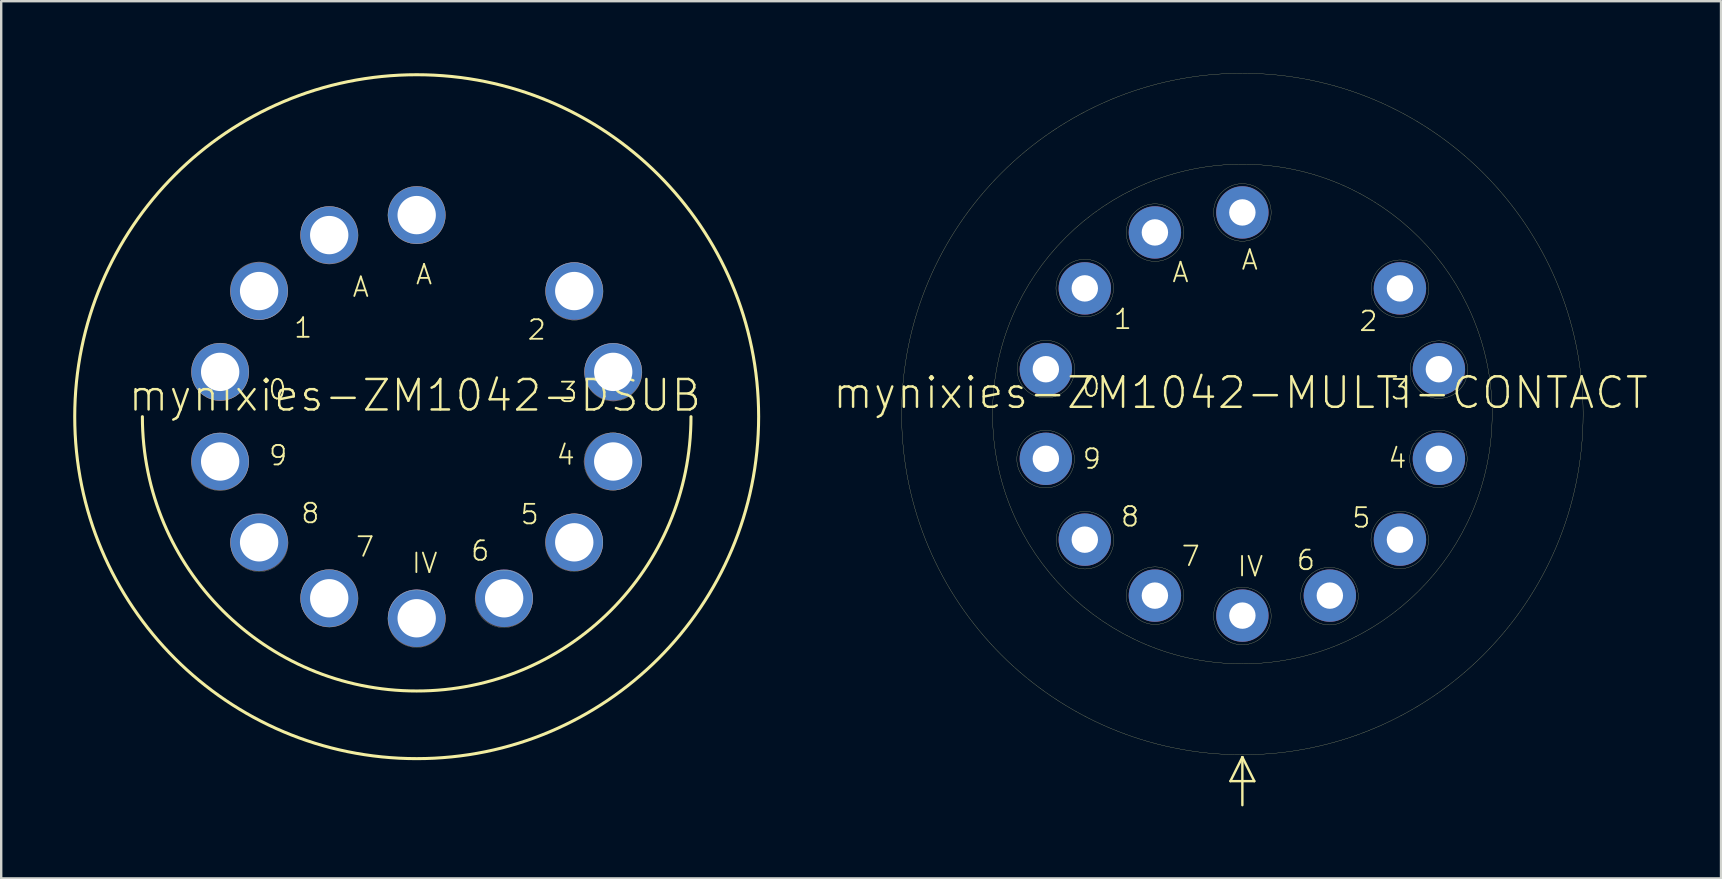
<source format=kicad_pcb>
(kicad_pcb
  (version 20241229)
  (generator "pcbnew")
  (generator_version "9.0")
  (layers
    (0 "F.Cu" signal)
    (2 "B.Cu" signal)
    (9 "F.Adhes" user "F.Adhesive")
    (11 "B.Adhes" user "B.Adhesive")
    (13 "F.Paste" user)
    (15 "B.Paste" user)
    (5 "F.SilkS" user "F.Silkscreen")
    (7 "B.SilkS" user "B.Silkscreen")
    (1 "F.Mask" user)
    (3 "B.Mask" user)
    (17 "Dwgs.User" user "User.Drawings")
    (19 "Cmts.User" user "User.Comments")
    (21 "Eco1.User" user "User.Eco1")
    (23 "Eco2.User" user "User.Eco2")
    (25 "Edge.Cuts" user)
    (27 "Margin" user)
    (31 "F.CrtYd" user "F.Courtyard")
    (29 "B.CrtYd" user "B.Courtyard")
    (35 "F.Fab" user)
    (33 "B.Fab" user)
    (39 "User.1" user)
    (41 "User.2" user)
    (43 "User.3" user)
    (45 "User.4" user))
  (footprint "mynixies-ZM1042-DSUB"
    (layer "F.Cu")
    (at 14.313 14.313)
    (property "Reference" "mynixies-ZM1042-DSUB" (at -0.074 -0.884 0) (layer "F.SilkS") (effects (font (size 1.27 1.27) (thickness 0.102))))
    (attr exclude_from_pos_files exclude_from_bom)
    (fp_arc (start 11.43 0) (mid 0 11.43) (end -11.43 0) (stroke (width 0.127) (type solid)) (layer "F.SilkS"))
    (fp_circle (center -8.199 1.88) (end -8.199 0.681) (stroke (width 0.008) (type solid)) (fill no) (layer "F.SilkS"))
    (fp_circle (center -8.189 -1.869) (end -8.189 -3.068) (stroke (width 0.008) (type solid)) (fill no) (layer "F.SilkS"))
    (fp_circle (center -6.568 -5.248) (end -6.568 -6.447) (stroke (width 0.008) (type solid)) (fill no) (layer "F.SilkS"))
    (fp_circle (center -6.558 5.258) (end -6.558 4.059) (stroke (width 0.008) (type solid)) (fill no) (layer "F.SilkS"))
    (fp_circle (center -3.64 -7.559) (end -3.64 -8.758) (stroke (width 0.008) (type solid)) (fill no) (layer "F.SilkS"))
    (fp_circle (center -3.64 7.569) (end -3.64 6.37) (stroke (width 0.008) (type solid)) (fill no) (layer "F.SilkS"))
    (fp_circle (center 0 -8.4) (end 0 -9.599) (stroke (width 0.008) (type solid)) (fill no) (layer "F.SilkS"))
    (fp_circle (center 0 0) (end 0 -14.249) (stroke (width 0.127) (type solid)) (fill no) (layer "F.SilkS"))
    (fp_circle (center 0 8.418) (end 0 7.219) (stroke (width 0.008) (type solid)) (fill no) (layer "F.SilkS"))
    (fp_circle (center 3.63 7.59) (end 3.63 6.391) (stroke (width 0.008) (type solid)) (fill no) (layer "F.SilkS"))
    (fp_circle (center 6.558 5.248) (end 6.558 4.049) (stroke (width 0.008) (type solid)) (fill no) (layer "F.SilkS"))
    (fp_circle (center 6.568 -5.22) (end 6.568 -6.419) (stroke (width 0.008) (type solid)) (fill no) (layer "F.SilkS"))
    (fp_circle (center 8.169 1.869) (end 8.169 0.671) (stroke (width 0.008) (type solid)) (fill no) (layer "F.SilkS"))
    (fp_circle (center 8.189 -1.849) (end 8.189 -3.048) (stroke (width 0.008) (type solid)) (fill no) (layer "F.SilkS"))
    (fp_text user "7" (at -2.151 5.423 0) (layer "F.SilkS") (effects (font (size 0.813 0.813) (thickness 0.076))))
    (fp_text user "IV" (at 0.335 6.104 0) (layer "F.SilkS") (effects (font (size 0.813 0.813) (thickness 0.076))))
    (fp_text user "5" (at 4.709 4.072 0) (layer "F.SilkS") (effects (font (size 0.813 0.813) (thickness 0.076))))
    (fp_text user "8" (at -4.432 4.028 0) (layer "F.SilkS") (effects (font (size 0.813 0.813) (thickness 0.076))))
    (fp_text user "3" (at 6.322 -1.019 0) (layer "F.SilkS") (effects (font (size 0.813 0.813) (thickness 0.076))))
    (fp_text user "9" (at -5.773 1.618 0) (layer "F.SilkS") (effects (font (size 0.813 0.813) (thickness 0.076))))
    (fp_text user "A" (at 0.307 -5.923 0) (layer "F.SilkS") (effects (font (size 0.813 0.813) (thickness 0.076))))
    (fp_text user "2" (at 5.004 -3.619 0) (layer "F.SilkS") (effects (font (size 0.813 0.813) (thickness 0.076))))
    (fp_text user "4" (at 6.21 1.593 0) (layer "F.SilkS") (effects (font (size 0.813 0.813) (thickness 0.076))))
    (fp_text user "6" (at 2.647 5.591 0) (layer "F.SilkS") (effects (font (size 0.813 0.813) (thickness 0.076))))
    (fp_text user "1" (at -4.732 -3.701 0) (layer "F.SilkS") (effects (font (size 0.813 0.813) (thickness 0.076))))
    (fp_text user "A" (at -2.329 -5.403 0) (layer "F.SilkS") (effects (font (size 0.813 0.813) (thickness 0.076))))
    (fp_text user "0" (at -5.801 -1.13 0) (layer "F.SilkS") (effects (font (size 0.813 0.813) (thickness 0.076))))
    (pad "0" thru_hole circle (at -8.189 -1.867) (size 2.398 2.398) (drill 1.598) (layers "*.Cu" "*.Mask"))
    (pad "1" thru_hole circle (at -6.566 -5.235) (size 2.398 2.398) (drill 1.598) (layers "*.Cu" "*.Mask"))
    (pad "2" thru_hole circle (at 6.566 -5.235) (size 2.398 2.398) (drill 1.598) (layers "*.Cu" "*.Mask"))
    (pad "3" thru_hole circle (at 8.189 -1.867) (size 2.398 2.398) (drill 1.598) (layers "*.Cu" "*.Mask"))
    (pad "4" thru_hole circle (at 8.189 1.867) (size 2.398 2.398) (drill 1.598) (layers "*.Cu" "*.Mask"))
    (pad "5" thru_hole circle (at 6.566 5.235) (size 2.398 2.398) (drill 1.598) (layers "*.Cu" "*.Mask"))
    (pad "6" thru_hole circle (at 3.645 7.567) (size 2.398 2.398) (drill 1.598) (layers "*.Cu" "*.Mask"))
    (pad "7" thru_hole circle (at -3.645 7.567) (size 2.398 2.398) (drill 1.598) (layers "*.Cu" "*.Mask"))
    (pad "8" thru_hole circle (at -6.566 5.235) (size 2.398 2.398) (drill 1.598) (layers "*.Cu" "*.Mask"))
    (pad "9" thru_hole circle (at -8.189 1.867) (size 2.398 2.398) (drill 1.598) (layers "*.Cu" "*.Mask"))
    (pad "A" thru_hole circle (at 0 -8.4) (size 2.398 2.398) (drill 1.598) (layers "*.Cu" "*.Mask"))
    (pad "A1" thru_hole circle (at -3.645 -7.567) (size 2.398 2.398) (drill 1.598) (layers "*.Cu" "*.Mask"))
    (pad "IV" thru_hole circle (at 0 8.4) (size 2.398 2.398) (drill 1.598) (layers "*.Cu" "*.Mask")))
  (footprint "mynixies-ZM1042-MULTI-CONTACT"
    (layer "F.Cu")
    (at 48.719 14.202)
    (property "Reference" "mynixies-ZM1042-MULTI-CONTACT" (at -0.074 -0.884 0) (layer "F.SilkS") (effects (font (size 1.27 1.27) (thickness 0.102))))
    (attr exclude_from_pos_files exclude_from_bom)
    (fp_line (start -0.498 15.298) (end 0.498 15.298) (stroke (width 0.1) (type solid)) (layer "F.SilkS"))
    (fp_line (start 0 14.298) (end -0.498 15.298) (stroke (width 0.1) (type solid)) (layer "F.SilkS"))
    (fp_line (start 0 14.298) (end 0 16.299) (stroke (width 0.1) (type solid)) (layer "F.SilkS"))
    (fp_line (start 0.498 15.298) (end 0 14.298) (stroke (width 0.1) (type solid)) (layer "F.SilkS"))
    (fp_circle (center -8.199 1.88) (end -8.199 0.681) (stroke (width 0.008) (type solid)) (fill no) (layer "F.SilkS"))
    (fp_circle (center -8.189 -1.869) (end -8.189 -3.068) (stroke (width 0.008) (type solid)) (fill no) (layer "F.SilkS"))
    (fp_circle (center -6.568 -5.248) (end -6.568 -6.447) (stroke (width 0.008) (type solid)) (fill no) (layer "F.SilkS"))
    (fp_circle (center -6.558 5.258) (end -6.558 4.059) (stroke (width 0.008) (type solid)) (fill no) (layer "F.SilkS"))
    (fp_circle (center -3.64 -7.559) (end -3.64 -8.758) (stroke (width 0.008) (type solid)) (fill no) (layer "F.SilkS"))
    (fp_circle (center -3.64 7.569) (end -3.64 6.37) (stroke (width 0.008) (type solid)) (fill no) (layer "F.SilkS"))
    (fp_circle (center 0 -8.4) (end 0 -9.599) (stroke (width 0.008) (type solid)) (fill no) (layer "F.SilkS"))
    (fp_circle (center 0 0) (end 0 -14.199) (stroke (width 0.008) (type solid)) (fill no) (layer "F.SilkS"))
    (fp_circle (center 0 0) (end 0 -10.409) (stroke (width 0.008) (type solid)) (fill no) (layer "F.SilkS"))
    (fp_circle (center 0 8.418) (end 0 7.219) (stroke (width 0.008) (type solid)) (fill no) (layer "F.SilkS"))
    (fp_circle (center 3.63 7.59) (end 3.63 6.391) (stroke (width 0.008) (type solid)) (fill no) (layer "F.SilkS"))
    (fp_circle (center 6.558 5.248) (end 6.558 4.049) (stroke (width 0.008) (type solid)) (fill no) (layer "F.SilkS"))
    (fp_circle (center 6.568 -5.22) (end 6.568 -6.419) (stroke (width 0.008) (type solid)) (fill no) (layer "F.SilkS"))
    (fp_circle (center 8.169 1.869) (end 8.169 0.671) (stroke (width 0.008) (type solid)) (fill no) (layer "F.SilkS"))
    (fp_circle (center 8.189 -1.849) (end 8.189 -3.048) (stroke (width 0.008) (type solid)) (fill no) (layer "F.SilkS"))
    (fp_text user "1" (at -4.983 -3.952 0) (layer "F.SilkS") (effects (font (size 0.813 0.813) (thickness 0.076))))
    (fp_text user "2" (at 5.253 -3.868 0) (layer "F.SilkS") (effects (font (size 0.813 0.813) (thickness 0.076))))
    (fp_text user "3" (at 6.574 -1.019 0) (layer "F.SilkS") (effects (font (size 0.813 0.813) (thickness 0.076))))
    (fp_text user "8" (at -4.681 4.277 0) (layer "F.SilkS") (effects (font (size 0.813 0.813) (thickness 0.076))))
    (fp_text user "6" (at 2.647 6.091 0) (layer "F.SilkS") (effects (font (size 0.813 0.813) (thickness 0.076))))
    (fp_text user "A" (at 0.307 -6.424 0) (layer "F.SilkS") (effects (font (size 0.813 0.813) (thickness 0.076))))
    (fp_text user "5" (at 4.958 4.323 0) (layer "F.SilkS") (effects (font (size 0.813 0.813) (thickness 0.076))))
    (fp_text user "7" (at -2.151 5.923 0) (layer "F.SilkS") (effects (font (size 0.813 0.813) (thickness 0.076))))
    (fp_text user "A" (at -2.578 -5.903 0) (layer "F.SilkS") (effects (font (size 0.813 0.813) (thickness 0.076))))
    (fp_text user "4" (at 6.459 1.841 0) (layer "F.SilkS") (effects (font (size 0.813 0.813) (thickness 0.076))))
    (fp_text user "0" (at -6.302 -1.13 0) (layer "F.SilkS") (effects (font (size 0.813 0.813) (thickness 0.076))))
    (fp_text user "IV" (at 0.335 6.353 0) (layer "F.SilkS") (effects (font (size 0.813 0.813) (thickness 0.076))))
    (fp_text user "9" (at -6.271 1.869 0) (layer "F.SilkS") (effects (font (size 0.813 0.813) (thickness 0.076))))
    (pad "0" thru_hole circle (at -8.189 -1.867) (size 2.182 2.182) (drill 1.1) (layers "*.Cu" "*.Mask"))
    (pad "1" thru_hole circle (at -6.566 -5.235) (size 2.182 2.182) (drill 1.1) (layers "*.Cu" "*.Mask"))
    (pad "2" thru_hole circle (at 6.566 -5.235) (size 2.182 2.182) (drill 1.1) (layers "*.Cu" "*.Mask"))
    (pad "3" thru_hole circle (at 8.189 -1.867) (size 2.182 2.182) (drill 1.1) (layers "*.Cu" "*.Mask"))
    (pad "4" thru_hole circle (at 8.189 1.867) (size 2.182 2.182) (drill 1.1) (layers "*.Cu" "*.Mask"))
    (pad "5" thru_hole circle (at 6.566 5.235) (size 2.182 2.182) (drill 1.1) (layers "*.Cu" "*.Mask"))
    (pad "6" thru_hole circle (at 3.645 7.567) (size 2.182 2.182) (drill 1.1) (layers "*.Cu" "*.Mask"))
    (pad "7" thru_hole circle (at -3.645 7.567) (size 2.182 2.182) (drill 1.1) (layers "*.Cu" "*.Mask"))
    (pad "8" thru_hole circle (at -6.566 5.235) (size 2.182 2.182) (drill 1.1) (layers "*.Cu" "*.Mask"))
    (pad "9" thru_hole circle (at -8.189 1.867) (size 2.182 2.182) (drill 1.1) (layers "*.Cu" "*.Mask"))
    (pad "A" thru_hole circle (at 0 -8.4) (size 2.182 2.182) (drill 1.1) (layers "*.Cu" "*.Mask"))
    (pad "A1" thru_hole circle (at -3.645 -7.567) (size 2.182 2.182) (drill 1.1) (layers "*.Cu" "*.Mask"))
    (pad "IV" thru_hole circle (at 0 8.4) (size 2.182 2.182) (drill 1.1) (layers "*.Cu" "*.Mask")))
  (gr_rect
    (start -3 -3)
    (end 68.664 33.552)
    (stroke (width 0.1) (type default))
    (fill no)
    (layer "Edge.Cuts")))
</source>
